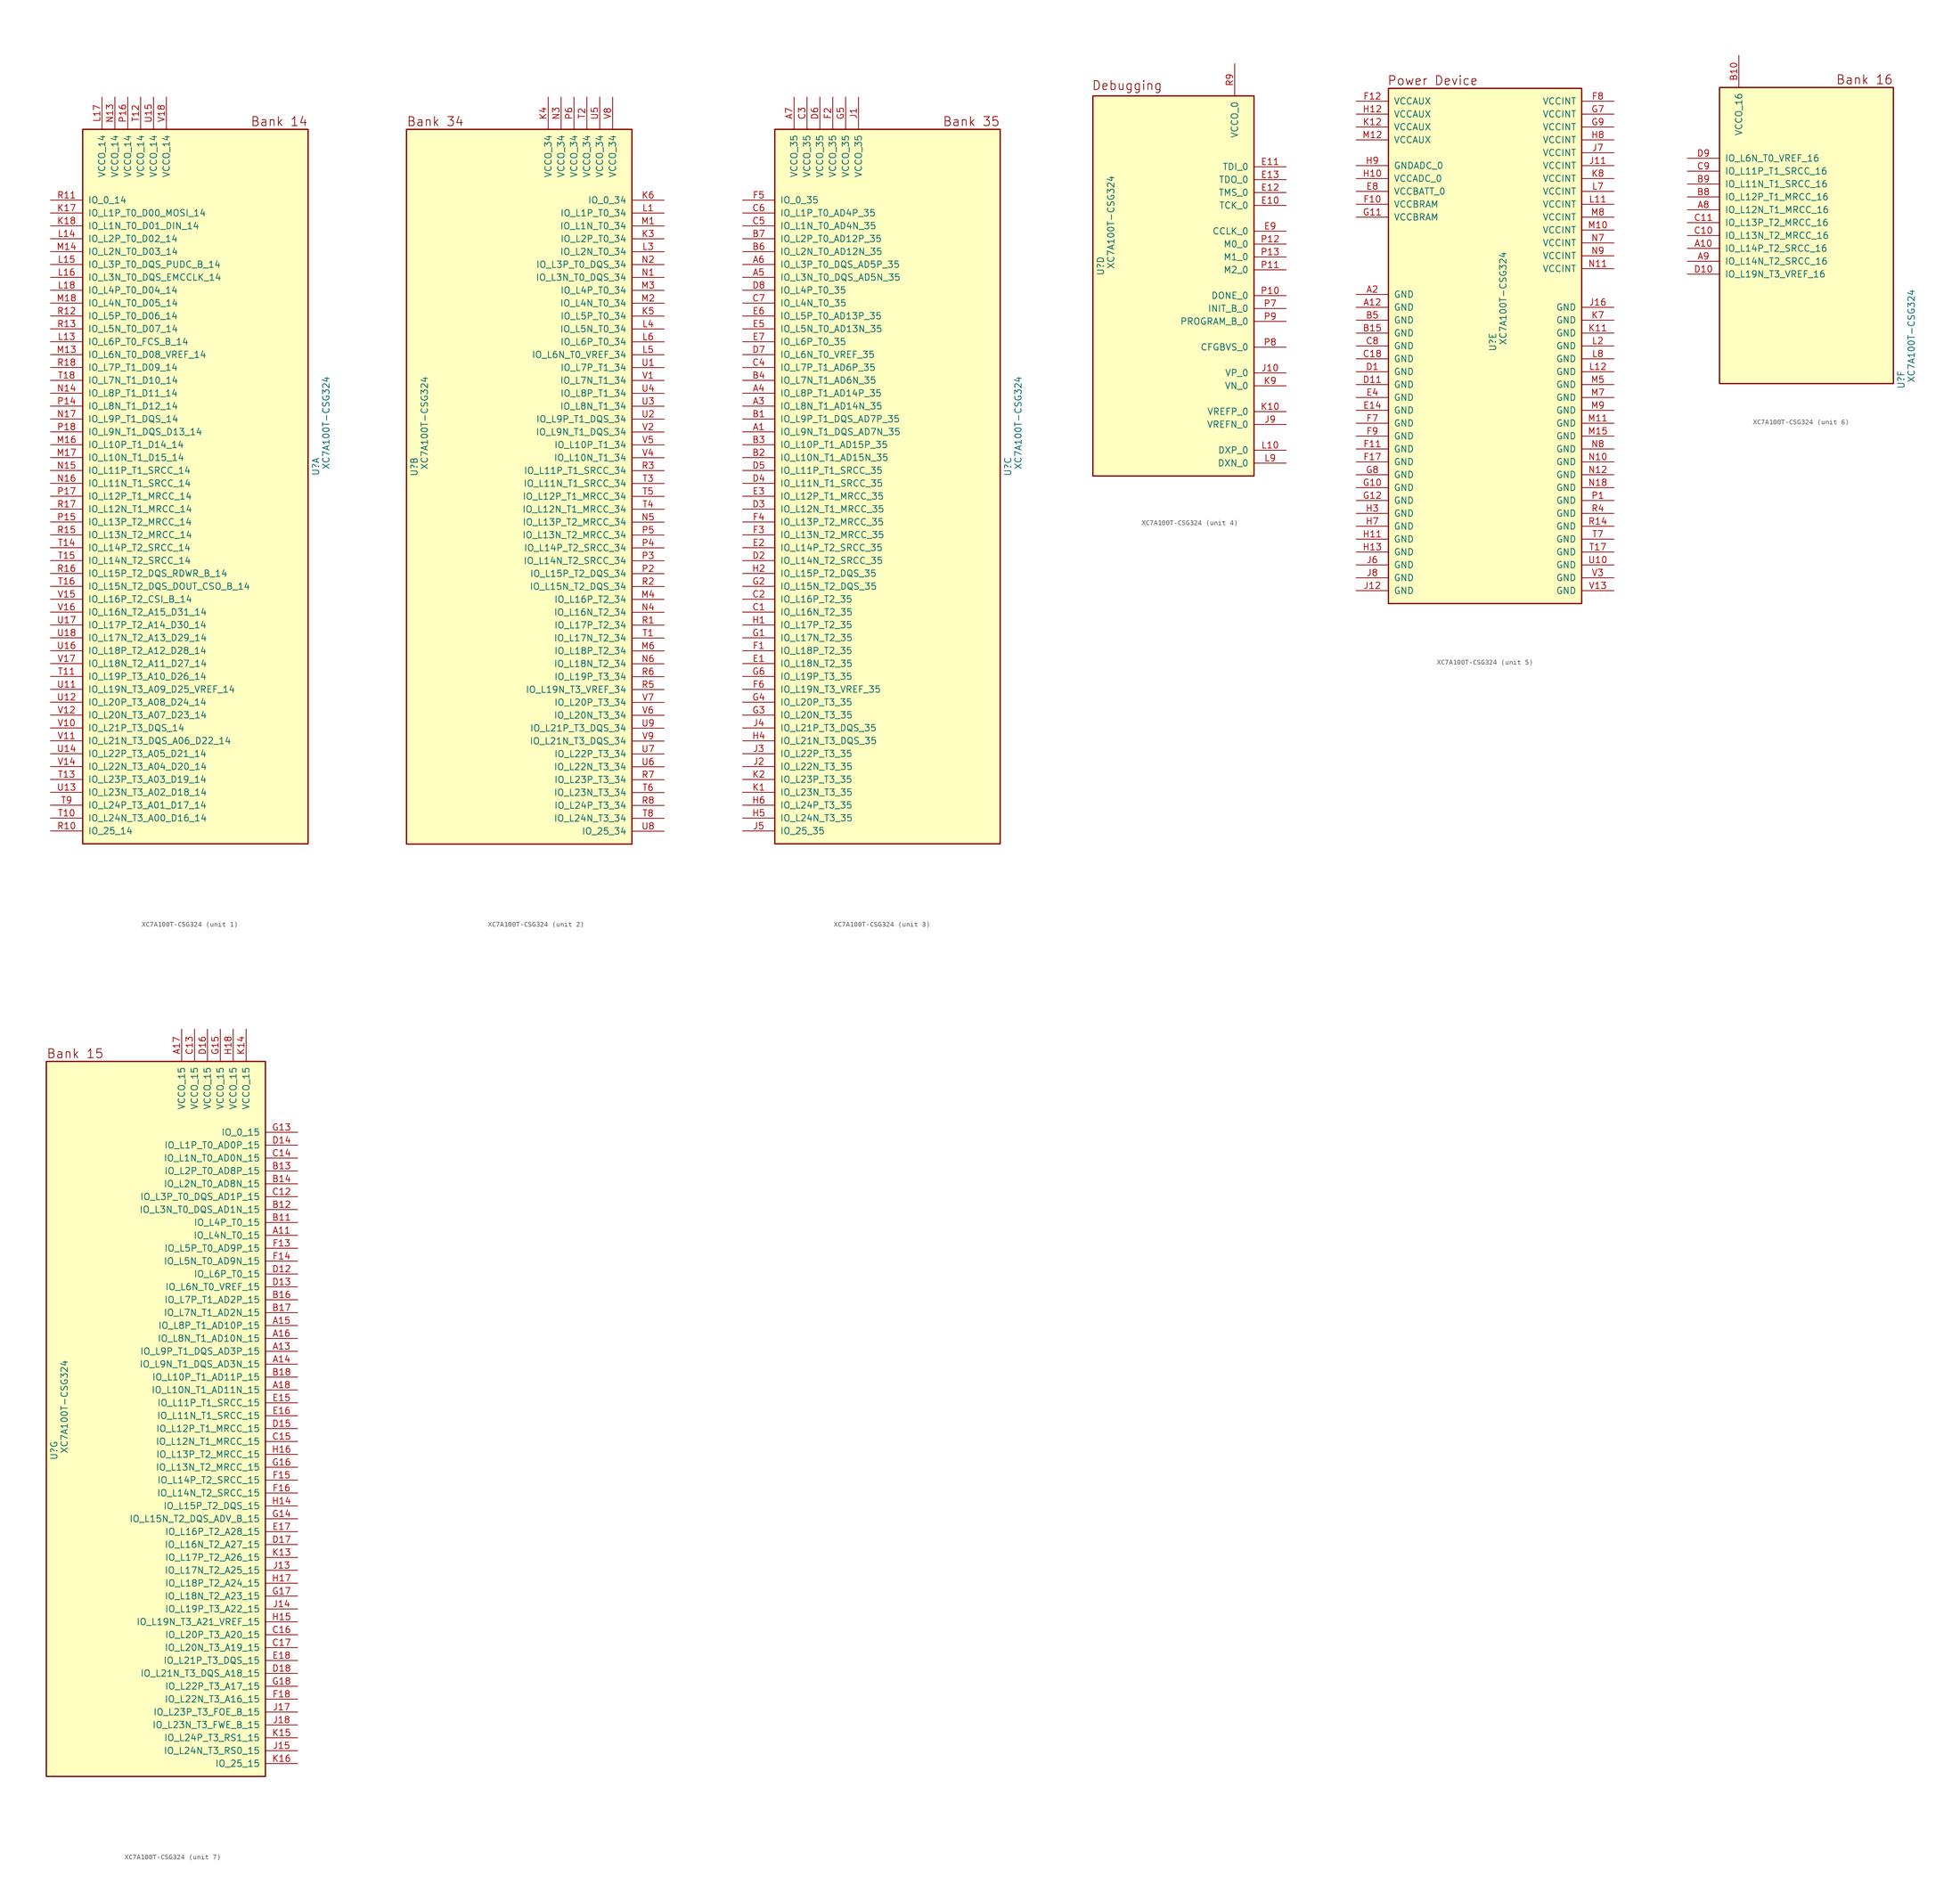
<source format=kicad_sym>
(kicad_symbol_lib
  (version 20241209)
  (generator "kicad_symbol_editor")
  (generator_version "9.0")
  (symbol "XC7A100T-CSG324"
    (pin_names
      (offset 1.016))
    (property "Reference" "U"
      (at 1.524 0.762 90)
      (effects (font (size 1.27 1.27))))
    (property "Value" "XC7A100T-CSG324"
      (at 3.556 9.398 90)
      (effects (font (size 1.27 1.27))))
    (symbol "XC7A100T-CSG324_1_1"
      (rectangle (start -44.45 67.31) (end 0 -73.66) (stroke (width 0.254) (type default)) (fill (type background)))
      (text "Bank 14" (at 0 67.818 0) (effects (font (size 1.778 1.778)) (justify right bottom)))
      (pin bidirectional line (at -50.8 53.34 0) (length 6.35) (name "IO_0_14" (effects (font (size 1.27 1.27)))) (number "R11" (effects (font (size 1.27 1.27)))))
      (pin bidirectional line (at -50.8 50.8 0) (length 6.35) (name "IO_L1P_T0_D00_MOSI_14" (effects (font (size 1.27 1.27)))) (number "K17" (effects (font (size 1.27 1.27)))))
      (pin bidirectional line (at -50.8 48.26 0) (length 6.35) (name "IO_L1N_T0_D01_DIN_14" (effects (font (size 1.27 1.27)))) (number "K18" (effects (font (size 1.27 1.27)))))
      (pin bidirectional line (at -50.8 45.72 0) (length 6.35) (name "IO_L2P_T0_D02_14" (effects (font (size 1.27 1.27)))) (number "L14" (effects (font (size 1.27 1.27)))))
      (pin bidirectional line (at -50.8 43.18 0) (length 6.35) (name "IO_L2N_T0_D03_14" (effects (font (size 1.27 1.27)))) (number "M14" (effects (font (size 1.27 1.27)))))
      (pin bidirectional line (at -50.8 40.64 0) (length 6.35) (name "IO_L3P_T0_DQS_PUDC_B_14" (effects (font (size 1.27 1.27)))) (number "L15" (effects (font (size 1.27 1.27)))))
      (pin bidirectional line (at -50.8 38.1 0) (length 6.35) (name "IO_L3N_T0_DQS_EMCCLK_14" (effects (font (size 1.27 1.27)))) (number "L16" (effects (font (size 1.27 1.27)))))
      (pin bidirectional line (at -50.8 35.56 0) (length 6.35) (name "IO_L4P_T0_D04_14" (effects (font (size 1.27 1.27)))) (number "L18" (effects (font (size 1.27 1.27)))))
      (pin bidirectional line (at -50.8 33.02 0) (length 6.35) (name "IO_L4N_T0_D05_14" (effects (font (size 1.27 1.27)))) (number "M18" (effects (font (size 1.27 1.27)))))
      (pin bidirectional line (at -50.8 30.48 0) (length 6.35) (name "IO_L5P_T0_D06_14" (effects (font (size 1.27 1.27)))) (number "R12" (effects (font (size 1.27 1.27)))))
      (pin bidirectional line (at -50.8 27.94 0) (length 6.35) (name "IO_L5N_T0_D07_14" (effects (font (size 1.27 1.27)))) (number "R13" (effects (font (size 1.27 1.27)))))
      (pin bidirectional line (at -50.8 25.4 0) (length 6.35) (name "IO_L6P_T0_FCS_B_14" (effects (font (size 1.27 1.27)))) (number "L13" (effects (font (size 1.27 1.27)))))
      (pin bidirectional line (at -50.8 22.86 0) (length 6.35) (name "IO_L6N_T0_D08_VREF_14" (effects (font (size 1.27 1.27)))) (number "M13" (effects (font (size 1.27 1.27)))))
      (pin bidirectional line (at -50.8 20.32 0) (length 6.35) (name "IO_L7P_T1_D09_14" (effects (font (size 1.27 1.27)))) (number "R18" (effects (font (size 1.27 1.27)))))
      (pin bidirectional line (at -50.8 17.78 0) (length 6.35) (name "IO_L7N_T1_D10_14" (effects (font (size 1.27 1.27)))) (number "T18" (effects (font (size 1.27 1.27)))))
      (pin bidirectional line (at -50.8 15.24 0) (length 6.35) (name "IO_L8P_T1_D11_14" (effects (font (size 1.27 1.27)))) (number "N14" (effects (font (size 1.27 1.27)))))
      (pin bidirectional line (at -50.8 12.7 0) (length 6.35) (name "IO_L8N_T1_D12_14" (effects (font (size 1.27 1.27)))) (number "P14" (effects (font (size 1.27 1.27)))))
      (pin bidirectional line (at -50.8 10.16 0) (length 6.35) (name "IO_L9P_T1_DQS_14" (effects (font (size 1.27 1.27)))) (number "N17" (effects (font (size 1.27 1.27)))))
      (pin bidirectional line (at -50.8 7.62 0) (length 6.35) (name "IO_L9N_T1_DQS_D13_14" (effects (font (size 1.27 1.27)))) (number "P18" (effects (font (size 1.27 1.27)))))
      (pin bidirectional line (at -50.8 5.08 0) (length 6.35) (name "IO_L10P_T1_D14_14" (effects (font (size 1.27 1.27)))) (number "M16" (effects (font (size 1.27 1.27)))))
      (pin bidirectional line (at -50.8 2.54 0) (length 6.35) (name "IO_L10N_T1_D15_14" (effects (font (size 1.27 1.27)))) (number "M17" (effects (font (size 1.27 1.27)))))
      (pin bidirectional line (at -50.8 0 0) (length 6.35) (name "IO_L11P_T1_SRCC_14" (effects (font (size 1.27 1.27)))) (number "N15" (effects (font (size 1.27 1.27)))))
      (pin bidirectional line (at -50.8 -2.54 0) (length 6.35) (name "IO_L11N_T1_SRCC_14" (effects (font (size 1.27 1.27)))) (number "N16" (effects (font (size 1.27 1.27)))))
      (pin bidirectional line (at -50.8 -5.08 0) (length 6.35) (name "IO_L12P_T1_MRCC_14" (effects (font (size 1.27 1.27)))) (number "P17" (effects (font (size 1.27 1.27)))))
      (pin bidirectional line (at -50.8 -7.62 0) (length 6.35) (name "IO_L12N_T1_MRCC_14" (effects (font (size 1.27 1.27)))) (number "R17" (effects (font (size 1.27 1.27)))))
      (pin bidirectional line (at -50.8 -10.16 0) (length 6.35) (name "IO_L13P_T2_MRCC_14" (effects (font (size 1.27 1.27)))) (number "P15" (effects (font (size 1.27 1.27)))))
      (pin bidirectional line (at -50.8 -12.7 0) (length 6.35) (name "IO_L13N_T2_MRCC_14" (effects (font (size 1.27 1.27)))) (number "R15" (effects (font (size 1.27 1.27)))))
      (pin bidirectional line (at -50.8 -15.24 0) (length 6.35) (name "IO_L14P_T2_SRCC_14" (effects (font (size 1.27 1.27)))) (number "T14" (effects (font (size 1.27 1.27)))))
      (pin bidirectional line (at -50.8 -17.78 0) (length 6.35) (name "IO_L14N_T2_SRCC_14" (effects (font (size 1.27 1.27)))) (number "T15" (effects (font (size 1.27 1.27)))))
      (pin bidirectional line (at -50.8 -20.32 0) (length 6.35) (name "IO_L15P_T2_DQS_RDWR_B_14" (effects (font (size 1.27 1.27)))) (number "R16" (effects (font (size 1.27 1.27)))))
      (pin bidirectional line (at -50.8 -22.86 0) (length 6.35) (name "IO_L15N_T2_DQS_DOUT_CSO_B_14" (effects (font (size 1.27 1.27)))) (number "T16" (effects (font (size 1.27 1.27)))))
      (pin bidirectional line (at -50.8 -25.4 0) (length 6.35) (name "IO_L16P_T2_CSI_B_14" (effects (font (size 1.27 1.27)))) (number "V15" (effects (font (size 1.27 1.27)))))
      (pin bidirectional line (at -50.8 -27.94 0) (length 6.35) (name "IO_L16N_T2_A15_D31_14" (effects (font (size 1.27 1.27)))) (number "V16" (effects (font (size 1.27 1.27)))))
      (pin bidirectional line (at -50.8 -30.48 0) (length 6.35) (name "IO_L17P_T2_A14_D30_14" (effects (font (size 1.27 1.27)))) (number "U17" (effects (font (size 1.27 1.27)))))
      (pin bidirectional line (at -50.8 -33.02 0) (length 6.35) (name "IO_L17N_T2_A13_D29_14" (effects (font (size 1.27 1.27)))) (number "U18" (effects (font (size 1.27 1.27)))))
      (pin bidirectional line (at -50.8 -35.56 0) (length 6.35) (name "IO_L18P_T2_A12_D28_14" (effects (font (size 1.27 1.27)))) (number "U16" (effects (font (size 1.27 1.27)))))
      (pin bidirectional line (at -50.8 -38.1 0) (length 6.35) (name "IO_L18N_T2_A11_D27_14" (effects (font (size 1.27 1.27)))) (number "V17" (effects (font (size 1.27 1.27)))))
      (pin bidirectional line (at -50.8 -40.64 0) (length 6.35) (name "IO_L19P_T3_A10_D26_14" (effects (font (size 1.27 1.27)))) (number "T11" (effects (font (size 1.27 1.27)))))
      (pin bidirectional line (at -50.8 -43.18 0) (length 6.35) (name "IO_L19N_T3_A09_D25_VREF_14" (effects (font (size 1.27 1.27)))) (number "U11" (effects (font (size 1.27 1.27)))))
      (pin bidirectional line (at -50.8 -45.72 0) (length 6.35) (name "IO_L20P_T3_A08_D24_14" (effects (font (size 1.27 1.27)))) (number "U12" (effects (font (size 1.27 1.27)))))
      (pin bidirectional line (at -50.8 -48.26 0) (length 6.35) (name "IO_L20N_T3_A07_D23_14" (effects (font (size 1.27 1.27)))) (number "V12" (effects (font (size 1.27 1.27)))))
      (pin bidirectional line (at -50.8 -50.8 0) (length 6.35) (name "IO_L21P_T3_DQS_14" (effects (font (size 1.27 1.27)))) (number "V10" (effects (font (size 1.27 1.27)))))
      (pin bidirectional line (at -50.8 -53.34 0) (length 6.35) (name "IO_L21N_T3_DQS_A06_D22_14" (effects (font (size 1.27 1.27)))) (number "V11" (effects (font (size 1.27 1.27)))))
      (pin bidirectional line (at -50.8 -55.88 0) (length 6.35) (name "IO_L22P_T3_A05_D21_14" (effects (font (size 1.27 1.27)))) (number "U14" (effects (font (size 1.27 1.27)))))
      (pin bidirectional line (at -50.8 -58.42 0) (length 6.35) (name "IO_L22N_T3_A04_D20_14" (effects (font (size 1.27 1.27)))) (number "V14" (effects (font (size 1.27 1.27)))))
      (pin bidirectional line (at -50.8 -60.96 0) (length 6.35) (name "IO_L23P_T3_A03_D19_14" (effects (font (size 1.27 1.27)))) (number "T13" (effects (font (size 1.27 1.27)))))
      (pin bidirectional line (at -50.8 -63.5 0) (length 6.35) (name "IO_L23N_T3_A02_D18_14" (effects (font (size 1.27 1.27)))) (number "U13" (effects (font (size 1.27 1.27)))))
      (pin bidirectional line (at -50.8 -66.04 0) (length 6.35) (name "IO_L24P_T3_A01_D17_14" (effects (font (size 1.27 1.27)))) (number "T9" (effects (font (size 1.27 1.27)))))
      (pin bidirectional line (at -50.8 -68.58 0) (length 6.35) (name "IO_L24N_T3_A00_D16_14" (effects (font (size 1.27 1.27)))) (number "T10" (effects (font (size 1.27 1.27)))))
      (pin bidirectional line (at -50.8 -71.12 0) (length 6.35) (name "IO_25_14" (effects (font (size 1.27 1.27)))) (number "R10" (effects (font (size 1.27 1.27)))))
      (pin power_in line (at -40.64 73.66 270) (length 6.35) (name "VCCO_14" (effects (font (size 1.27 1.27)))) (number "L17" (effects (font (size 1.27 1.27)))))
      (pin power_in line (at -38.1 73.66 270) (length 6.35) (name "VCCO_14" (effects (font (size 1.27 1.27)))) (number "N13" (effects (font (size 1.27 1.27)))))
      (pin power_in line (at -35.56 73.66 270) (length 6.35) (name "VCCO_14" (effects (font (size 1.27 1.27)))) (number "P16" (effects (font (size 1.27 1.27)))))
      (pin power_in line (at -33.02 73.66 270) (length 6.35) (name "VCCO_14" (effects (font (size 1.27 1.27)))) (number "T12" (effects (font (size 1.27 1.27)))))
      (pin power_in line (at -30.48 73.66 270) (length 6.35) (name "VCCO_14" (effects (font (size 1.27 1.27)))) (number "U15" (effects (font (size 1.27 1.27)))))
      (pin power_in line (at -27.94 73.66 270) (length 6.35) (name "VCCO_14" (effects (font (size 1.27 1.27)))) (number "V18" (effects (font (size 1.27 1.27))))))
    (symbol "XC7A100T-CSG324_2_1"
      (rectangle (start 0 67.31) (end 44.45 -73.66) (stroke (width 0.254) (type default)) (fill (type background)))
      (text "Bank 34" (at 0 67.818 0) (effects (font (size 1.778 1.778)) (justify left bottom)))
      (pin power_in line (at 27.94 73.66 270) (length 6.35) (name "VCCO_34" (effects (font (size 1.27 1.27)))) (number "K4" (effects (font (size 1.27 1.27)))))
      (pin power_in line (at 30.48 73.66 270) (length 6.35) (name "VCCO_34" (effects (font (size 1.27 1.27)))) (number "N3" (effects (font (size 1.27 1.27)))))
      (pin power_in line (at 33.02 73.66 270) (length 6.35) (name "VCCO_34" (effects (font (size 1.27 1.27)))) (number "P6" (effects (font (size 1.27 1.27)))))
      (pin power_in line (at 35.56 73.66 270) (length 6.35) (name "VCCO_34" (effects (font (size 1.27 1.27)))) (number "T2" (effects (font (size 1.27 1.27)))))
      (pin power_in line (at 38.1 73.66 270) (length 6.35) (name "VCCO_34" (effects (font (size 1.27 1.27)))) (number "U5" (effects (font (size 1.27 1.27)))))
      (pin power_in line (at 40.64 73.66 270) (length 6.35) (name "VCCO_34" (effects (font (size 1.27 1.27)))) (number "V8" (effects (font (size 1.27 1.27)))))
      (pin bidirectional line (at 50.8 53.34 180) (length 6.35) (name "IO_0_34" (effects (font (size 1.27 1.27)))) (number "K6" (effects (font (size 1.27 1.27)))))
      (pin bidirectional line (at 50.8 50.8 180) (length 6.35) (name "IO_L1P_T0_34" (effects (font (size 1.27 1.27)))) (number "L1" (effects (font (size 1.27 1.27)))))
      (pin bidirectional line (at 50.8 48.26 180) (length 6.35) (name "IO_L1N_T0_34" (effects (font (size 1.27 1.27)))) (number "M1" (effects (font (size 1.27 1.27)))))
      (pin bidirectional line (at 50.8 45.72 180) (length 6.35) (name "IO_L2P_T0_34" (effects (font (size 1.27 1.27)))) (number "K3" (effects (font (size 1.27 1.27)))))
      (pin bidirectional line (at 50.8 43.18 180) (length 6.35) (name "IO_L2N_T0_34" (effects (font (size 1.27 1.27)))) (number "L3" (effects (font (size 1.27 1.27)))))
      (pin bidirectional line (at 50.8 40.64 180) (length 6.35) (name "IO_L3P_T0_DQS_34" (effects (font (size 1.27 1.27)))) (number "N2" (effects (font (size 1.27 1.27)))))
      (pin bidirectional line (at 50.8 38.1 180) (length 6.35) (name "IO_L3N_T0_DQS_34" (effects (font (size 1.27 1.27)))) (number "N1" (effects (font (size 1.27 1.27)))))
      (pin bidirectional line (at 50.8 35.56 180) (length 6.35) (name "IO_L4P_T0_34" (effects (font (size 1.27 1.27)))) (number "M3" (effects (font (size 1.27 1.27)))))
      (pin bidirectional line (at 50.8 33.02 180) (length 6.35) (name "IO_L4N_T0_34" (effects (font (size 1.27 1.27)))) (number "M2" (effects (font (size 1.27 1.27)))))
      (pin bidirectional line (at 50.8 30.48 180) (length 6.35) (name "IO_L5P_T0_34" (effects (font (size 1.27 1.27)))) (number "K5" (effects (font (size 1.27 1.27)))))
      (pin bidirectional line (at 50.8 27.94 180) (length 6.35) (name "IO_L5N_T0_34" (effects (font (size 1.27 1.27)))) (number "L4" (effects (font (size 1.27 1.27)))))
      (pin bidirectional line (at 50.8 25.4 180) (length 6.35) (name "IO_L6P_T0_34" (effects (font (size 1.27 1.27)))) (number "L6" (effects (font (size 1.27 1.27)))))
      (pin bidirectional line (at 50.8 22.86 180) (length 6.35) (name "IO_L6N_T0_VREF_34" (effects (font (size 1.27 1.27)))) (number "L5" (effects (font (size 1.27 1.27)))))
      (pin bidirectional line (at 50.8 20.32 180) (length 6.35) (name "IO_L7P_T1_34" (effects (font (size 1.27 1.27)))) (number "U1" (effects (font (size 1.27 1.27)))))
      (pin bidirectional line (at 50.8 17.78 180) (length 6.35) (name "IO_L7N_T1_34" (effects (font (size 1.27 1.27)))) (number "V1" (effects (font (size 1.27 1.27)))))
      (pin bidirectional line (at 50.8 15.24 180) (length 6.35) (name "IO_L8P_T1_34" (effects (font (size 1.27 1.27)))) (number "U4" (effects (font (size 1.27 1.27)))))
      (pin bidirectional line (at 50.8 12.7 180) (length 6.35) (name "IO_L8N_T1_34" (effects (font (size 1.27 1.27)))) (number "U3" (effects (font (size 1.27 1.27)))))
      (pin bidirectional line (at 50.8 10.16 180) (length 6.35) (name "IO_L9P_T1_DQS_34" (effects (font (size 1.27 1.27)))) (number "U2" (effects (font (size 1.27 1.27)))))
      (pin bidirectional line (at 50.8 7.62 180) (length 6.35) (name "IO_L9N_T1_DQS_34" (effects (font (size 1.27 1.27)))) (number "V2" (effects (font (size 1.27 1.27)))))
      (pin bidirectional line (at 50.8 5.08 180) (length 6.35) (name "IO_L10P_T1_34" (effects (font (size 1.27 1.27)))) (number "V5" (effects (font (size 1.27 1.27)))))
      (pin bidirectional line (at 50.8 2.54 180) (length 6.35) (name "IO_L10N_T1_34" (effects (font (size 1.27 1.27)))) (number "V4" (effects (font (size 1.27 1.27)))))
      (pin bidirectional line (at 50.8 0 180) (length 6.35) (name "IO_L11P_T1_SRCC_34" (effects (font (size 1.27 1.27)))) (number "R3" (effects (font (size 1.27 1.27)))))
      (pin bidirectional line (at 50.8 -2.54 180) (length 6.35) (name "IO_L11N_T1_SRCC_34" (effects (font (size 1.27 1.27)))) (number "T3" (effects (font (size 1.27 1.27)))))
      (pin bidirectional line (at 50.8 -5.08 180) (length 6.35) (name "IO_L12P_T1_MRCC_34" (effects (font (size 1.27 1.27)))) (number "T5" (effects (font (size 1.27 1.27)))))
      (pin bidirectional line (at 50.8 -7.62 180) (length 6.35) (name "IO_L12N_T1_MRCC_34" (effects (font (size 1.27 1.27)))) (number "T4" (effects (font (size 1.27 1.27)))))
      (pin bidirectional line (at 50.8 -10.16 180) (length 6.35) (name "IO_L13P_T2_MRCC_34" (effects (font (size 1.27 1.27)))) (number "N5" (effects (font (size 1.27 1.27)))))
      (pin bidirectional line (at 50.8 -12.7 180) (length 6.35) (name "IO_L13N_T2_MRCC_34" (effects (font (size 1.27 1.27)))) (number "P5" (effects (font (size 1.27 1.27)))))
      (pin bidirectional line (at 50.8 -15.24 180) (length 6.35) (name "IO_L14P_T2_SRCC_34" (effects (font (size 1.27 1.27)))) (number "P4" (effects (font (size 1.27 1.27)))))
      (pin bidirectional line (at 50.8 -17.78 180) (length 6.35) (name "IO_L14N_T2_SRCC_34" (effects (font (size 1.27 1.27)))) (number "P3" (effects (font (size 1.27 1.27)))))
      (pin bidirectional line (at 50.8 -20.32 180) (length 6.35) (name "IO_L15P_T2_DQS_34" (effects (font (size 1.27 1.27)))) (number "P2" (effects (font (size 1.27 1.27)))))
      (pin bidirectional line (at 50.8 -22.86 180) (length 6.35) (name "IO_L15N_T2_DQS_34" (effects (font (size 1.27 1.27)))) (number "R2" (effects (font (size 1.27 1.27)))))
      (pin bidirectional line (at 50.8 -25.4 180) (length 6.35) (name "IO_L16P_T2_34" (effects (font (size 1.27 1.27)))) (number "M4" (effects (font (size 1.27 1.27)))))
      (pin bidirectional line (at 50.8 -27.94 180) (length 6.35) (name "IO_L16N_T2_34" (effects (font (size 1.27 1.27)))) (number "N4" (effects (font (size 1.27 1.27)))))
      (pin bidirectional line (at 50.8 -30.48 180) (length 6.35) (name "IO_L17P_T2_34" (effects (font (size 1.27 1.27)))) (number "R1" (effects (font (size 1.27 1.27)))))
      (pin bidirectional line (at 50.8 -33.02 180) (length 6.35) (name "IO_L17N_T2_34" (effects (font (size 1.27 1.27)))) (number "T1" (effects (font (size 1.27 1.27)))))
      (pin bidirectional line (at 50.8 -35.56 180) (length 6.35) (name "IO_L18P_T2_34" (effects (font (size 1.27 1.27)))) (number "M6" (effects (font (size 1.27 1.27)))))
      (pin bidirectional line (at 50.8 -38.1 180) (length 6.35) (name "IO_L18N_T2_34" (effects (font (size 1.27 1.27)))) (number "N6" (effects (font (size 1.27 1.27)))))
      (pin bidirectional line (at 50.8 -40.64 180) (length 6.35) (name "IO_L19P_T3_34" (effects (font (size 1.27 1.27)))) (number "R6" (effects (font (size 1.27 1.27)))))
      (pin bidirectional line (at 50.8 -43.18 180) (length 6.35) (name "IO_L19N_T3_VREF_34" (effects (font (size 1.27 1.27)))) (number "R5" (effects (font (size 1.27 1.27)))))
      (pin bidirectional line (at 50.8 -45.72 180) (length 6.35) (name "IO_L20P_T3_34" (effects (font (size 1.27 1.27)))) (number "V7" (effects (font (size 1.27 1.27)))))
      (pin bidirectional line (at 50.8 -48.26 180) (length 6.35) (name "IO_L20N_T3_34" (effects (font (size 1.27 1.27)))) (number "V6" (effects (font (size 1.27 1.27)))))
      (pin bidirectional line (at 50.8 -50.8 180) (length 6.35) (name "IO_L21P_T3_DQS_34" (effects (font (size 1.27 1.27)))) (number "U9" (effects (font (size 1.27 1.27)))))
      (pin bidirectional line (at 50.8 -53.34 180) (length 6.35) (name "IO_L21N_T3_DQS_34" (effects (font (size 1.27 1.27)))) (number "V9" (effects (font (size 1.27 1.27)))))
      (pin bidirectional line (at 50.8 -55.88 180) (length 6.35) (name "IO_L22P_T3_34" (effects (font (size 1.27 1.27)))) (number "U7" (effects (font (size 1.27 1.27)))))
      (pin bidirectional line (at 50.8 -58.42 180) (length 6.35) (name "IO_L22N_T3_34" (effects (font (size 1.27 1.27)))) (number "U6" (effects (font (size 1.27 1.27)))))
      (pin bidirectional line (at 50.8 -60.96 180) (length 6.35) (name "IO_L23P_T3_34" (effects (font (size 1.27 1.27)))) (number "R7" (effects (font (size 1.27 1.27)))))
      (pin bidirectional line (at 50.8 -63.5 180) (length 6.35) (name "IO_L23N_T3_34" (effects (font (size 1.27 1.27)))) (number "T6" (effects (font (size 1.27 1.27)))))
      (pin bidirectional line (at 50.8 -66.04 180) (length 6.35) (name "IO_L24P_T3_34" (effects (font (size 1.27 1.27)))) (number "R8" (effects (font (size 1.27 1.27)))))
      (pin bidirectional line (at 50.8 -68.58 180) (length 6.35) (name "IO_L24N_T3_34" (effects (font (size 1.27 1.27)))) (number "T8" (effects (font (size 1.27 1.27)))))
      (pin bidirectional line (at 50.8 -71.12 180) (length 6.35) (name "IO_25_34" (effects (font (size 1.27 1.27)))) (number "U8" (effects (font (size 1.27 1.27))))))
    (symbol "XC7A100T-CSG324_3_1"
      (rectangle (start -44.45 67.31) (end 0 -73.66) (stroke (width 0.254) (type default)) (fill (type background)))
      (text "Bank 35" (at 0 67.818 0) (effects (font (size 1.778 1.778)) (justify right bottom)))
      (pin bidirectional line (at -50.8 53.34 0) (length 6.35) (name "IO_0_35" (effects (font (size 1.27 1.27)))) (number "F5" (effects (font (size 1.27 1.27)))))
      (pin bidirectional line (at -50.8 50.8 0) (length 6.35) (name "IO_L1P_T0_AD4P_35" (effects (font (size 1.27 1.27)))) (number "C6" (effects (font (size 1.27 1.27)))))
      (pin bidirectional line (at -50.8 48.26 0) (length 6.35) (name "IO_L1N_T0_AD4N_35" (effects (font (size 1.27 1.27)))) (number "C5" (effects (font (size 1.27 1.27)))))
      (pin bidirectional line (at -50.8 45.72 0) (length 6.35) (name "IO_L2P_T0_AD12P_35" (effects (font (size 1.27 1.27)))) (number "B7" (effects (font (size 1.27 1.27)))))
      (pin bidirectional line (at -50.8 43.18 0) (length 6.35) (name "IO_L2N_T0_AD12N_35" (effects (font (size 1.27 1.27)))) (number "B6" (effects (font (size 1.27 1.27)))))
      (pin bidirectional line (at -50.8 40.64 0) (length 6.35) (name "IO_L3P_T0_DQS_AD5P_35" (effects (font (size 1.27 1.27)))) (number "A6" (effects (font (size 1.27 1.27)))))
      (pin bidirectional line (at -50.8 38.1 0) (length 6.35) (name "IO_L3N_T0_DQS_AD5N_35" (effects (font (size 1.27 1.27)))) (number "A5" (effects (font (size 1.27 1.27)))))
      (pin bidirectional line (at -50.8 35.56 0) (length 6.35) (name "IO_L4P_T0_35" (effects (font (size 1.27 1.27)))) (number "D8" (effects (font (size 1.27 1.27)))))
      (pin bidirectional line (at -50.8 33.02 0) (length 6.35) (name "IO_L4N_T0_35" (effects (font (size 1.27 1.27)))) (number "C7" (effects (font (size 1.27 1.27)))))
      (pin bidirectional line (at -50.8 30.48 0) (length 6.35) (name "IO_L5P_T0_AD13P_35" (effects (font (size 1.27 1.27)))) (number "E6" (effects (font (size 1.27 1.27)))))
      (pin bidirectional line (at -50.8 27.94 0) (length 6.35) (name "IO_L5N_T0_AD13N_35" (effects (font (size 1.27 1.27)))) (number "E5" (effects (font (size 1.27 1.27)))))
      (pin bidirectional line (at -50.8 25.4 0) (length 6.35) (name "IO_L6P_T0_35" (effects (font (size 1.27 1.27)))) (number "E7" (effects (font (size 1.27 1.27)))))
      (pin bidirectional line (at -50.8 22.86 0) (length 6.35) (name "IO_L6N_T0_VREF_35" (effects (font (size 1.27 1.27)))) (number "D7" (effects (font (size 1.27 1.27)))))
      (pin bidirectional line (at -50.8 20.32 0) (length 6.35) (name "IO_L7P_T1_AD6P_35" (effects (font (size 1.27 1.27)))) (number "C4" (effects (font (size 1.27 1.27)))))
      (pin bidirectional line (at -50.8 17.78 0) (length 6.35) (name "IO_L7N_T1_AD6N_35" (effects (font (size 1.27 1.27)))) (number "B4" (effects (font (size 1.27 1.27)))))
      (pin bidirectional line (at -50.8 15.24 0) (length 6.35) (name "IO_L8P_T1_AD14P_35" (effects (font (size 1.27 1.27)))) (number "A4" (effects (font (size 1.27 1.27)))))
      (pin bidirectional line (at -50.8 12.7 0) (length 6.35) (name "IO_L8N_T1_AD14N_35" (effects (font (size 1.27 1.27)))) (number "A3" (effects (font (size 1.27 1.27)))))
      (pin bidirectional line (at -50.8 10.16 0) (length 6.35) (name "IO_L9P_T1_DQS_AD7P_35" (effects (font (size 1.27 1.27)))) (number "B1" (effects (font (size 1.27 1.27)))))
      (pin bidirectional line (at -50.8 7.62 0) (length 6.35) (name "IO_L9N_T1_DQS_AD7N_35" (effects (font (size 1.27 1.27)))) (number "A1" (effects (font (size 1.27 1.27)))))
      (pin bidirectional line (at -50.8 5.08 0) (length 6.35) (name "IO_L10P_T1_AD15P_35" (effects (font (size 1.27 1.27)))) (number "B3" (effects (font (size 1.27 1.27)))))
      (pin bidirectional line (at -50.8 2.54 0) (length 6.35) (name "IO_L10N_T1_AD15N_35" (effects (font (size 1.27 1.27)))) (number "B2" (effects (font (size 1.27 1.27)))))
      (pin bidirectional line (at -50.8 0 0) (length 6.35) (name "IO_L11P_T1_SRCC_35" (effects (font (size 1.27 1.27)))) (number "D5" (effects (font (size 1.27 1.27)))))
      (pin bidirectional line (at -50.8 -2.54 0) (length 6.35) (name "IO_L11N_T1_SRCC_35" (effects (font (size 1.27 1.27)))) (number "D4" (effects (font (size 1.27 1.27)))))
      (pin bidirectional line (at -50.8 -5.08 0) (length 6.35) (name "IO_L12P_T1_MRCC_35" (effects (font (size 1.27 1.27)))) (number "E3" (effects (font (size 1.27 1.27)))))
      (pin bidirectional line (at -50.8 -7.62 0) (length 6.35) (name "IO_L12N_T1_MRCC_35" (effects (font (size 1.27 1.27)))) (number "D3" (effects (font (size 1.27 1.27)))))
      (pin bidirectional line (at -50.8 -10.16 0) (length 6.35) (name "IO_L13P_T2_MRCC_35" (effects (font (size 1.27 1.27)))) (number "F4" (effects (font (size 1.27 1.27)))))
      (pin bidirectional line (at -50.8 -12.7 0) (length 6.35) (name "IO_L13N_T2_MRCC_35" (effects (font (size 1.27 1.27)))) (number "F3" (effects (font (size 1.27 1.27)))))
      (pin bidirectional line (at -50.8 -15.24 0) (length 6.35) (name "IO_L14P_T2_SRCC_35" (effects (font (size 1.27 1.27)))) (number "E2" (effects (font (size 1.27 1.27)))))
      (pin bidirectional line (at -50.8 -17.78 0) (length 6.35) (name "IO_L14N_T2_SRCC_35" (effects (font (size 1.27 1.27)))) (number "D2" (effects (font (size 1.27 1.27)))))
      (pin bidirectional line (at -50.8 -20.32 0) (length 6.35) (name "IO_L15P_T2_DQS_35" (effects (font (size 1.27 1.27)))) (number "H2" (effects (font (size 1.27 1.27)))))
      (pin bidirectional line (at -50.8 -22.86 0) (length 6.35) (name "IO_L15N_T2_DQS_35" (effects (font (size 1.27 1.27)))) (number "G2" (effects (font (size 1.27 1.27)))))
      (pin bidirectional line (at -50.8 -25.4 0) (length 6.35) (name "IO_L16P_T2_35" (effects (font (size 1.27 1.27)))) (number "C2" (effects (font (size 1.27 1.27)))))
      (pin bidirectional line (at -50.8 -27.94 0) (length 6.35) (name "IO_L16N_T2_35" (effects (font (size 1.27 1.27)))) (number "C1" (effects (font (size 1.27 1.27)))))
      (pin bidirectional line (at -50.8 -30.48 0) (length 6.35) (name "IO_L17P_T2_35" (effects (font (size 1.27 1.27)))) (number "H1" (effects (font (size 1.27 1.27)))))
      (pin bidirectional line (at -50.8 -33.02 0) (length 6.35) (name "IO_L17N_T2_35" (effects (font (size 1.27 1.27)))) (number "G1" (effects (font (size 1.27 1.27)))))
      (pin bidirectional line (at -50.8 -35.56 0) (length 6.35) (name "IO_L18P_T2_35" (effects (font (size 1.27 1.27)))) (number "F1" (effects (font (size 1.27 1.27)))))
      (pin bidirectional line (at -50.8 -38.1 0) (length 6.35) (name "IO_L18N_T2_35" (effects (font (size 1.27 1.27)))) (number "E1" (effects (font (size 1.27 1.27)))))
      (pin bidirectional line (at -50.8 -40.64 0) (length 6.35) (name "IO_L19P_T3_35" (effects (font (size 1.27 1.27)))) (number "G6" (effects (font (size 1.27 1.27)))))
      (pin bidirectional line (at -50.8 -43.18 0) (length 6.35) (name "IO_L19N_T3_VREF_35" (effects (font (size 1.27 1.27)))) (number "F6" (effects (font (size 1.27 1.27)))))
      (pin bidirectional line (at -50.8 -45.72 0) (length 6.35) (name "IO_L20P_T3_35" (effects (font (size 1.27 1.27)))) (number "G4" (effects (font (size 1.27 1.27)))))
      (pin bidirectional line (at -50.8 -48.26 0) (length 6.35) (name "IO_L20N_T3_35" (effects (font (size 1.27 1.27)))) (number "G3" (effects (font (size 1.27 1.27)))))
      (pin bidirectional line (at -50.8 -50.8 0) (length 6.35) (name "IO_L21P_T3_DQS_35" (effects (font (size 1.27 1.27)))) (number "J4" (effects (font (size 1.27 1.27)))))
      (pin bidirectional line (at -50.8 -53.34 0) (length 6.35) (name "IO_L21N_T3_DQS_35" (effects (font (size 1.27 1.27)))) (number "H4" (effects (font (size 1.27 1.27)))))
      (pin bidirectional line (at -50.8 -55.88 0) (length 6.35) (name "IO_L22P_T3_35" (effects (font (size 1.27 1.27)))) (number "J3" (effects (font (size 1.27 1.27)))))
      (pin bidirectional line (at -50.8 -58.42 0) (length 6.35) (name "IO_L22N_T3_35" (effects (font (size 1.27 1.27)))) (number "J2" (effects (font (size 1.27 1.27)))))
      (pin bidirectional line (at -50.8 -60.96 0) (length 6.35) (name "IO_L23P_T3_35" (effects (font (size 1.27 1.27)))) (number "K2" (effects (font (size 1.27 1.27)))))
      (pin bidirectional line (at -50.8 -63.5 0) (length 6.35) (name "IO_L23N_T3_35" (effects (font (size 1.27 1.27)))) (number "K1" (effects (font (size 1.27 1.27)))))
      (pin bidirectional line (at -50.8 -66.04 0) (length 6.35) (name "IO_L24P_T3_35" (effects (font (size 1.27 1.27)))) (number "H6" (effects (font (size 1.27 1.27)))))
      (pin bidirectional line (at -50.8 -68.58 0) (length 6.35) (name "IO_L24N_T3_35" (effects (font (size 1.27 1.27)))) (number "H5" (effects (font (size 1.27 1.27)))))
      (pin bidirectional line (at -50.8 -71.12 0) (length 6.35) (name "IO_25_35" (effects (font (size 1.27 1.27)))) (number "J5" (effects (font (size 1.27 1.27)))))
      (pin power_in line (at -40.64 73.66 270) (length 6.35) (name "VCCO_35" (effects (font (size 1.27 1.27)))) (number "A7" (effects (font (size 1.27 1.27)))))
      (pin power_in line (at -38.1 73.66 270) (length 6.35) (name "VCCO_35" (effects (font (size 1.27 1.27)))) (number "C3" (effects (font (size 1.27 1.27)))))
      (pin power_in line (at -35.56 73.66 270) (length 6.35) (name "VCCO_35" (effects (font (size 1.27 1.27)))) (number "D6" (effects (font (size 1.27 1.27)))))
      (pin power_in line (at -33.02 73.66 270) (length 6.35) (name "VCCO_35" (effects (font (size 1.27 1.27)))) (number "F2" (effects (font (size 1.27 1.27)))))
      (pin power_in line (at -30.48 73.66 270) (length 6.35) (name "VCCO_35" (effects (font (size 1.27 1.27)))) (number "G5" (effects (font (size 1.27 1.27)))))
      (pin power_in line (at -27.94 73.66 270) (length 6.35) (name "VCCO_35" (effects (font (size 1.27 1.27)))) (number "J1" (effects (font (size 1.27 1.27))))))
    (symbol "XC7A100T-CSG324_4_1"
      (rectangle (start 0 34.29) (end 31.75 -40.64) (stroke (width 0.254) (type default)) (fill (type background)))
      (text "Debugging\n" (at -0.254 35.306 0) (effects (font (size 1.778 1.778)) (justify left bottom)))
      (pin power_in line (at 27.94 40.64 270) (length 6.35) (name "VCCO_0" (effects (font (size 1.27 1.27)))) (number "R9" (effects (font (size 1.27 1.27)))))
      (pin bidirectional line (at 38.1 20.32 180) (length 6.35) (name "TDI_0" (effects (font (size 1.27 1.27)))) (number "E11" (effects (font (size 1.27 1.27)))))
      (pin bidirectional line (at 38.1 17.78 180) (length 6.35) (name "TDO_0" (effects (font (size 1.27 1.27)))) (number "E13" (effects (font (size 1.27 1.27)))))
      (pin bidirectional line (at 38.1 15.24 180) (length 6.35) (name "TMS_0" (effects (font (size 1.27 1.27)))) (number "E12" (effects (font (size 1.27 1.27)))))
      (pin bidirectional line (at 38.1 12.7 180) (length 6.35) (name "TCK_0" (effects (font (size 1.27 1.27)))) (number "E10" (effects (font (size 1.27 1.27)))))
      (pin bidirectional line (at 38.1 7.62 180) (length 6.35) (name "CCLK_0" (effects (font (size 1.27 1.27)))) (number "E9" (effects (font (size 1.27 1.27)))))
      (pin bidirectional line (at 38.1 5.08 180) (length 6.35) (name "M0_0" (effects (font (size 1.27 1.27)))) (number "P12" (effects (font (size 1.27 1.27)))))
      (pin bidirectional line (at 38.1 2.54 180) (length 6.35) (name "M1_0" (effects (font (size 1.27 1.27)))) (number "P13" (effects (font (size 1.27 1.27)))))
      (pin bidirectional line (at 38.1 0 180) (length 6.35) (name "M2_0" (effects (font (size 1.27 1.27)))) (number "P11" (effects (font (size 1.27 1.27)))))
      (pin bidirectional line (at 38.1 -5.08 180) (length 6.35) (name "DONE_0" (effects (font (size 1.27 1.27)))) (number "P10" (effects (font (size 1.27 1.27)))))
      (pin bidirectional line (at 38.1 -7.62 180) (length 6.35) (name "INIT_B_0" (effects (font (size 1.27 1.27)))) (number "P7" (effects (font (size 1.27 1.27)))))
      (pin bidirectional line (at 38.1 -10.16 180) (length 6.35) (name "PROGRAM_B_0" (effects (font (size 1.27 1.27)))) (number "P9" (effects (font (size 1.27 1.27)))))
      (pin bidirectional line (at 38.1 -15.24 180) (length 6.35) (name "CFGBVS_0" (effects (font (size 1.27 1.27)))) (number "P8" (effects (font (size 1.27 1.27)))))
      (pin bidirectional line (at 38.1 -20.32 180) (length 6.35) (name "VP_0" (effects (font (size 1.27 1.27)))) (number "J10" (effects (font (size 1.27 1.27)))))
      (pin bidirectional line (at 38.1 -22.86 180) (length 6.35) (name "VN_0" (effects (font (size 1.27 1.27)))) (number "K9" (effects (font (size 1.27 1.27)))))
      (pin bidirectional line (at 38.1 -27.94 180) (length 6.35) (name "VREFP_0" (effects (font (size 1.27 1.27)))) (number "K10" (effects (font (size 1.27 1.27)))))
      (pin bidirectional line (at 38.1 -30.48 180) (length 6.35) (name "VREFN_0" (effects (font (size 1.27 1.27)))) (number "J9" (effects (font (size 1.27 1.27)))))
      (pin bidirectional line (at 38.1 -35.56 180) (length 6.35) (name "DXP_0" (effects (font (size 1.27 1.27)))) (number "L10" (effects (font (size 1.27 1.27)))))
      (pin bidirectional line (at 38.1 -38.1 180) (length 6.35) (name "DXN_0" (effects (font (size 1.27 1.27)))) (number "L9" (effects (font (size 1.27 1.27))))))
    (symbol "XC7A100T-CSG324_5_1"
      (rectangle (start -19.05 50.8) (end 19.05 -50.8) (stroke (width 0.254) (type default)) (fill (type background)))
      (text "Power Device" (at -19.304 51.308 0) (effects (font (size 1.778 1.778)) (justify left bottom)))
      (pin power_in line (at -25.4 48.26 0) (length 6.35) (name "VCCAUX" (effects (font (size 1.27 1.27)))) (number "F12" (effects (font (size 1.27 1.27)))))
      (pin power_in line (at -25.4 45.72 0) (length 6.35) (name "VCCAUX" (effects (font (size 1.27 1.27)))) (number "H12" (effects (font (size 1.27 1.27)))))
      (pin power_in line (at -25.4 43.18 0) (length 6.35) (name "VCCAUX" (effects (font (size 1.27 1.27)))) (number "K12" (effects (font (size 1.27 1.27)))))
      (pin power_in line (at -25.4 40.64 0) (length 6.35) (name "VCCAUX" (effects (font (size 1.27 1.27)))) (number "M12" (effects (font (size 1.27 1.27)))))
      (pin power_in line (at -25.4 35.56 0) (length 6.35) (name "GNDADC_0" (effects (font (size 1.27 1.27)))) (number "H9" (effects (font (size 1.27 1.27)))))
      (pin power_in line (at -25.4 33.02 0) (length 6.35) (name "VCCADC_0" (effects (font (size 1.27 1.27)))) (number "H10" (effects (font (size 1.27 1.27)))))
      (pin power_in line (at -25.4 30.48 0) (length 6.35) (name "VCCBATT_0" (effects (font (size 1.27 1.27)))) (number "E8" (effects (font (size 1.27 1.27)))))
      (pin power_in line (at -25.4 27.94 0) (length 6.35) (name "VCCBRAM" (effects (font (size 1.27 1.27)))) (number "F10" (effects (font (size 1.27 1.27)))))
      (pin power_in line (at -25.4 25.4 0) (length 6.35) (name "VCCBRAM" (effects (font (size 1.27 1.27)))) (number "G11" (effects (font (size 1.27 1.27)))))
      (pin power_in line (at -25.4 10.16 0) (length 6.35) (name "GND" (effects (font (size 1.27 1.27)))) (number "A2" (effects (font (size 1.27 1.27)))))
      (pin power_in line (at -25.4 7.62 0) (length 6.35) (name "GND" (effects (font (size 1.27 1.27)))) (number "A12" (effects (font (size 1.27 1.27)))))
      (pin power_in line (at -25.4 5.08 0) (length 6.35) (name "GND" (effects (font (size 1.27 1.27)))) (number "B5" (effects (font (size 1.27 1.27)))))
      (pin power_in line (at -25.4 2.54 0) (length 6.35) (name "GND" (effects (font (size 1.27 1.27)))) (number "B15" (effects (font (size 1.27 1.27)))))
      (pin power_in line (at -25.4 0 0) (length 6.35) (name "GND" (effects (font (size 1.27 1.27)))) (number "C8" (effects (font (size 1.27 1.27)))))
      (pin power_in line (at -25.4 -2.54 0) (length 6.35) (name "GND" (effects (font (size 1.27 1.27)))) (number "C18" (effects (font (size 1.27 1.27)))))
      (pin power_in line (at -25.4 -5.08 0) (length 6.35) (name "GND" (effects (font (size 1.27 1.27)))) (number "D1" (effects (font (size 1.27 1.27)))))
      (pin power_in line (at -25.4 -7.62 0) (length 6.35) (name "GND" (effects (font (size 1.27 1.27)))) (number "D11" (effects (font (size 1.27 1.27)))))
      (pin power_in line (at -25.4 -10.16 0) (length 6.35) (name "GND" (effects (font (size 1.27 1.27)))) (number "E4" (effects (font (size 1.27 1.27)))))
      (pin power_in line (at -25.4 -12.7 0) (length 6.35) (name "GND" (effects (font (size 1.27 1.27)))) (number "E14" (effects (font (size 1.27 1.27)))))
      (pin power_in line (at -25.4 -15.24 0) (length 6.35) (name "GND" (effects (font (size 1.27 1.27)))) (number "F7" (effects (font (size 1.27 1.27)))))
      (pin power_in line (at -25.4 -17.78 0) (length 6.35) (name "GND" (effects (font (size 1.27 1.27)))) (number "F9" (effects (font (size 1.27 1.27)))))
      (pin power_in line (at -25.4 -20.32 0) (length 6.35) (name "GND" (effects (font (size 1.27 1.27)))) (number "F11" (effects (font (size 1.27 1.27)))))
      (pin power_in line (at -25.4 -22.86 0) (length 6.35) (name "GND" (effects (font (size 1.27 1.27)))) (number "F17" (effects (font (size 1.27 1.27)))))
      (pin power_in line (at -25.4 -25.4 0) (length 6.35) (name "GND" (effects (font (size 1.27 1.27)))) (number "G8" (effects (font (size 1.27 1.27)))))
      (pin power_in line (at -25.4 -27.94 0) (length 6.35) (name "GND" (effects (font (size 1.27 1.27)))) (number "G10" (effects (font (size 1.27 1.27)))))
      (pin power_in line (at -25.4 -30.48 0) (length 6.35) (name "GND" (effects (font (size 1.27 1.27)))) (number "G12" (effects (font (size 1.27 1.27)))))
      (pin power_in line (at -25.4 -33.02 0) (length 6.35) (name "GND" (effects (font (size 1.27 1.27)))) (number "H3" (effects (font (size 1.27 1.27)))))
      (pin power_in line (at -25.4 -35.56 0) (length 6.35) (name "GND" (effects (font (size 1.27 1.27)))) (number "H7" (effects (font (size 1.27 1.27)))))
      (pin power_in line (at -25.4 -38.1 0) (length 6.35) (name "GND" (effects (font (size 1.27 1.27)))) (number "H11" (effects (font (size 1.27 1.27)))))
      (pin power_in line (at -25.4 -40.64 0) (length 6.35) (name "GND" (effects (font (size 1.27 1.27)))) (number "H13" (effects (font (size 1.27 1.27)))))
      (pin power_in line (at -25.4 -43.18 0) (length 6.35) (name "GND" (effects (font (size 1.27 1.27)))) (number "J6" (effects (font (size 1.27 1.27)))))
      (pin power_in line (at -25.4 -45.72 0) (length 6.35) (name "GND" (effects (font (size 1.27 1.27)))) (number "J8" (effects (font (size 1.27 1.27)))))
      (pin power_in line (at -25.4 -48.26 0) (length 6.35) (name "GND" (effects (font (size 1.27 1.27)))) (number "J12" (effects (font (size 1.27 1.27)))))
      (pin power_in line (at 25.4 48.26 180) (length 6.35) (name "VCCINT" (effects (font (size 1.27 1.27)))) (number "F8" (effects (font (size 1.27 1.27)))))
      (pin power_in line (at 25.4 45.72 180) (length 6.35) (name "VCCINT" (effects (font (size 1.27 1.27)))) (number "G7" (effects (font (size 1.27 1.27)))))
      (pin power_in line (at 25.4 43.18 180) (length 6.35) (name "VCCINT" (effects (font (size 1.27 1.27)))) (number "G9" (effects (font (size 1.27 1.27)))))
      (pin power_in line (at 25.4 40.64 180) (length 6.35) (name "VCCINT" (effects (font (size 1.27 1.27)))) (number "H8" (effects (font (size 1.27 1.27)))))
      (pin power_in line (at 25.4 38.1 180) (length 6.35) (name "VCCINT" (effects (font (size 1.27 1.27)))) (number "J7" (effects (font (size 1.27 1.27)))))
      (pin power_in line (at 25.4 35.56 180) (length 6.35) (name "VCCINT" (effects (font (size 1.27 1.27)))) (number "J11" (effects (font (size 1.27 1.27)))))
      (pin power_in line (at 25.4 33.02 180) (length 6.35) (name "VCCINT" (effects (font (size 1.27 1.27)))) (number "K8" (effects (font (size 1.27 1.27)))))
      (pin power_in line (at 25.4 30.48 180) (length 6.35) (name "VCCINT" (effects (font (size 1.27 1.27)))) (number "L7" (effects (font (size 1.27 1.27)))))
      (pin power_in line (at 25.4 27.94 180) (length 6.35) (name "VCCINT" (effects (font (size 1.27 1.27)))) (number "L11" (effects (font (size 1.27 1.27)))))
      (pin power_in line (at 25.4 25.4 180) (length 6.35) (name "VCCINT" (effects (font (size 1.27 1.27)))) (number "M8" (effects (font (size 1.27 1.27)))))
      (pin power_in line (at 25.4 22.86 180) (length 6.35) (name "VCCINT" (effects (font (size 1.27 1.27)))) (number "M10" (effects (font (size 1.27 1.27)))))
      (pin power_in line (at 25.4 20.32 180) (length 6.35) (name "VCCINT" (effects (font (size 1.27 1.27)))) (number "N7" (effects (font (size 1.27 1.27)))))
      (pin power_in line (at 25.4 17.78 180) (length 6.35) (name "VCCINT" (effects (font (size 1.27 1.27)))) (number "N9" (effects (font (size 1.27 1.27)))))
      (pin power_in line (at 25.4 15.24 180) (length 6.35) (name "VCCINT" (effects (font (size 1.27 1.27)))) (number "N11" (effects (font (size 1.27 1.27)))))
      (pin power_in line (at 25.4 7.62 180) (length 6.35) (name "GND" (effects (font (size 1.27 1.27)))) (number "J16" (effects (font (size 1.27 1.27)))))
      (pin power_in line (at 25.4 5.08 180) (length 6.35) (name "GND" (effects (font (size 1.27 1.27)))) (number "K7" (effects (font (size 1.27 1.27)))))
      (pin power_in line (at 25.4 2.54 180) (length 6.35) (name "GND" (effects (font (size 1.27 1.27)))) (number "K11" (effects (font (size 1.27 1.27)))))
      (pin power_in line (at 25.4 0 180) (length 6.35) (name "GND" (effects (font (size 1.27 1.27)))) (number "L2" (effects (font (size 1.27 1.27)))))
      (pin power_in line (at 25.4 -2.54 180) (length 6.35) (name "GND" (effects (font (size 1.27 1.27)))) (number "L8" (effects (font (size 1.27 1.27)))))
      (pin power_in line (at 25.4 -5.08 180) (length 6.35) (name "GND" (effects (font (size 1.27 1.27)))) (number "L12" (effects (font (size 1.27 1.27)))))
      (pin power_in line (at 25.4 -7.62 180) (length 6.35) (name "GND" (effects (font (size 1.27 1.27)))) (number "M5" (effects (font (size 1.27 1.27)))))
      (pin power_in line (at 25.4 -10.16 180) (length 6.35) (name "GND" (effects (font (size 1.27 1.27)))) (number "M7" (effects (font (size 1.27 1.27)))))
      (pin power_in line (at 25.4 -12.7 180) (length 6.35) (name "GND" (effects (font (size 1.27 1.27)))) (number "M9" (effects (font (size 1.27 1.27)))))
      (pin power_in line (at 25.4 -15.24 180) (length 6.35) (name "GND" (effects (font (size 1.27 1.27)))) (number "M11" (effects (font (size 1.27 1.27)))))
      (pin power_in line (at 25.4 -17.78 180) (length 6.35) (name "GND" (effects (font (size 1.27 1.27)))) (number "M15" (effects (font (size 1.27 1.27)))))
      (pin power_in line (at 25.4 -20.32 180) (length 6.35) (name "GND" (effects (font (size 1.27 1.27)))) (number "N8" (effects (font (size 1.27 1.27)))))
      (pin power_in line (at 25.4 -22.86 180) (length 6.35) (name "GND" (effects (font (size 1.27 1.27)))) (number "N10" (effects (font (size 1.27 1.27)))))
      (pin power_in line (at 25.4 -25.4 180) (length 6.35) (name "GND" (effects (font (size 1.27 1.27)))) (number "N12" (effects (font (size 1.27 1.27)))))
      (pin power_in line (at 25.4 -27.94 180) (length 6.35) (name "GND" (effects (font (size 1.27 1.27)))) (number "N18" (effects (font (size 1.27 1.27)))))
      (pin power_in line (at 25.4 -30.48 180) (length 6.35) (name "GND" (effects (font (size 1.27 1.27)))) (number "P1" (effects (font (size 1.27 1.27)))))
      (pin power_in line (at 25.4 -33.02 180) (length 6.35) (name "GND" (effects (font (size 1.27 1.27)))) (number "R4" (effects (font (size 1.27 1.27)))))
      (pin power_in line (at 25.4 -35.56 180) (length 6.35) (name "GND" (effects (font (size 1.27 1.27)))) (number "R14" (effects (font (size 1.27 1.27)))))
      (pin power_in line (at 25.4 -38.1 180) (length 6.35) (name "GND" (effects (font (size 1.27 1.27)))) (number "T7" (effects (font (size 1.27 1.27)))))
      (pin power_in line (at 25.4 -40.64 180) (length 6.35) (name "GND" (effects (font (size 1.27 1.27)))) (number "T17" (effects (font (size 1.27 1.27)))))
      (pin power_in line (at 25.4 -43.18 180) (length 6.35) (name "GND" (effects (font (size 1.27 1.27)))) (number "U10" (effects (font (size 1.27 1.27)))))
      (pin power_in line (at 25.4 -45.72 180) (length 6.35) (name "GND" (effects (font (size 1.27 1.27)))) (number "V3" (effects (font (size 1.27 1.27)))))
      (pin power_in line (at 25.4 -48.26 180) (length 6.35) (name "GND" (effects (font (size 1.27 1.27)))) (number "V13" (effects (font (size 1.27 1.27))))))
    (symbol "XC7A100T-CSG324_6_1"
      (rectangle (start -34.29 58.42) (end 0 0) (stroke (width 0.254) (type default)) (fill (type background)))
      (text "Bank 16" (at 0 58.928 0) (effects (font (size 1.778 1.778)) (justify right bottom)))
      (pin bidirectional line (at -40.64 44.45 0) (length 6.35) (name "IO_L6N_T0_VREF_16" (effects (font (size 1.27 1.27)))) (number "D9" (effects (font (size 1.27 1.27)))))
      (pin bidirectional line (at -40.64 41.91 0) (length 6.35) (name "IO_L11P_T1_SRCC_16" (effects (font (size 1.27 1.27)))) (number "C9" (effects (font (size 1.27 1.27)))))
      (pin bidirectional line (at -40.64 39.37 0) (length 6.35) (name "IO_L11N_T1_SRCC_16" (effects (font (size 1.27 1.27)))) (number "B9" (effects (font (size 1.27 1.27)))))
      (pin bidirectional line (at -40.64 36.83 0) (length 6.35) (name "IO_L12P_T1_MRCC_16" (effects (font (size 1.27 1.27)))) (number "B8" (effects (font (size 1.27 1.27)))))
      (pin bidirectional line (at -40.64 34.29 0) (length 6.35) (name "IO_L12N_T1_MRCC_16" (effects (font (size 1.27 1.27)))) (number "A8" (effects (font (size 1.27 1.27)))))
      (pin bidirectional line (at -40.64 31.75 0) (length 6.35) (name "IO_L13P_T2_MRCC_16" (effects (font (size 1.27 1.27)))) (number "C11" (effects (font (size 1.27 1.27)))))
      (pin bidirectional line (at -40.64 29.21 0) (length 6.35) (name "IO_L13N_T2_MRCC_16" (effects (font (size 1.27 1.27)))) (number "C10" (effects (font (size 1.27 1.27)))))
      (pin bidirectional line (at -40.64 26.67 0) (length 6.35) (name "IO_L14P_T2_SRCC_16" (effects (font (size 1.27 1.27)))) (number "A10" (effects (font (size 1.27 1.27)))))
      (pin bidirectional line (at -40.64 24.13 0) (length 6.35) (name "IO_L14N_T2_SRCC_16" (effects (font (size 1.27 1.27)))) (number "A9" (effects (font (size 1.27 1.27)))))
      (pin bidirectional line (at -40.64 21.59 0) (length 6.35) (name "IO_L19N_T3_VREF_16" (effects (font (size 1.27 1.27)))) (number "D10" (effects (font (size 1.27 1.27)))))
      (pin power_in line (at -30.48 64.77 270) (length 6.35) (name "VCCO_16" (effects (font (size 1.27 1.27)))) (number "B10" (effects (font (size 1.27 1.27))))))
    (symbol "XC7A100T-CSG324_7_1"
      (rectangle (start 0 77.47) (end 43.18 -63.5) (stroke (width 0.254) (type default)) (fill (type background)))
      (text "Bank 15" (at 0 77.978 0) (effects (font (size 1.778 1.778)) (justify left bottom)))
      (pin power_in line (at 26.67 83.82 270) (length 6.35) (name "VCCO_15" (effects (font (size 1.27 1.27)))) (number "A17" (effects (font (size 1.27 1.27)))))
      (pin power_in line (at 29.21 83.82 270) (length 6.35) (name "VCCO_15" (effects (font (size 1.27 1.27)))) (number "C13" (effects (font (size 1.27 1.27)))))
      (pin power_in line (at 31.75 83.82 270) (length 6.35) (name "VCCO_15" (effects (font (size 1.27 1.27)))) (number "D16" (effects (font (size 1.27 1.27)))))
      (pin power_in line (at 34.29 83.82 270) (length 6.35) (name "VCCO_15" (effects (font (size 1.27 1.27)))) (number "G15" (effects (font (size 1.27 1.27)))))
      (pin power_in line (at 36.83 83.82 270) (length 6.35) (name "VCCO_15" (effects (font (size 1.27 1.27)))) (number "H18" (effects (font (size 1.27 1.27)))))
      (pin power_in line (at 39.37 83.82 270) (length 6.35) (name "VCCO_15" (effects (font (size 1.27 1.27)))) (number "K14" (effects (font (size 1.27 1.27)))))
      (pin bidirectional line (at 49.53 63.5 180) (length 6.35) (name "IO_0_15" (effects (font (size 1.27 1.27)))) (number "G13" (effects (font (size 1.27 1.27)))))
      (pin bidirectional line (at 49.53 60.96 180) (length 6.35) (name "IO_L1P_T0_AD0P_15" (effects (font (size 1.27 1.27)))) (number "D14" (effects (font (size 1.27 1.27)))))
      (pin bidirectional line (at 49.53 58.42 180) (length 6.35) (name "IO_L1N_T0_AD0N_15" (effects (font (size 1.27 1.27)))) (number "C14" (effects (font (size 1.27 1.27)))))
      (pin bidirectional line (at 49.53 55.88 180) (length 6.35) (name "IO_L2P_T0_AD8P_15" (effects (font (size 1.27 1.27)))) (number "B13" (effects (font (size 1.27 1.27)))))
      (pin bidirectional line (at 49.53 53.34 180) (length 6.35) (name "IO_L2N_T0_AD8N_15" (effects (font (size 1.27 1.27)))) (number "B14" (effects (font (size 1.27 1.27)))))
      (pin bidirectional line (at 49.53 50.8 180) (length 6.35) (name "IO_L3P_T0_DQS_AD1P_15" (effects (font (size 1.27 1.27)))) (number "C12" (effects (font (size 1.27 1.27)))))
      (pin bidirectional line (at 49.53 48.26 180) (length 6.35) (name "IO_L3N_T0_DQS_AD1N_15" (effects (font (size 1.27 1.27)))) (number "B12" (effects (font (size 1.27 1.27)))))
      (pin bidirectional line (at 49.53 45.72 180) (length 6.35) (name "IO_L4P_T0_15" (effects (font (size 1.27 1.27)))) (number "B11" (effects (font (size 1.27 1.27)))))
      (pin bidirectional line (at 49.53 43.18 180) (length 6.35) (name "IO_L4N_T0_15" (effects (font (size 1.27 1.27)))) (number "A11" (effects (font (size 1.27 1.27)))))
      (pin bidirectional line (at 49.53 40.64 180) (length 6.35) (name "IO_L5P_T0_AD9P_15" (effects (font (size 1.27 1.27)))) (number "F13" (effects (font (size 1.27 1.27)))))
      (pin bidirectional line (at 49.53 38.1 180) (length 6.35) (name "IO_L5N_T0_AD9N_15" (effects (font (size 1.27 1.27)))) (number "F14" (effects (font (size 1.27 1.27)))))
      (pin bidirectional line (at 49.53 35.56 180) (length 6.35) (name "IO_L6P_T0_15" (effects (font (size 1.27 1.27)))) (number "D12" (effects (font (size 1.27 1.27)))))
      (pin bidirectional line (at 49.53 33.02 180) (length 6.35) (name "IO_L6N_T0_VREF_15" (effects (font (size 1.27 1.27)))) (number "D13" (effects (font (size 1.27 1.27)))))
      (pin bidirectional line (at 49.53 30.48 180) (length 6.35) (name "IO_L7P_T1_AD2P_15" (effects (font (size 1.27 1.27)))) (number "B16" (effects (font (size 1.27 1.27)))))
      (pin bidirectional line (at 49.53 27.94 180) (length 6.35) (name "IO_L7N_T1_AD2N_15" (effects (font (size 1.27 1.27)))) (number "B17" (effects (font (size 1.27 1.27)))))
      (pin bidirectional line (at 49.53 25.4 180) (length 6.35) (name "IO_L8P_T1_AD10P_15" (effects (font (size 1.27 1.27)))) (number "A15" (effects (font (size 1.27 1.27)))))
      (pin bidirectional line (at 49.53 22.86 180) (length 6.35) (name "IO_L8N_T1_AD10N_15" (effects (font (size 1.27 1.27)))) (number "A16" (effects (font (size 1.27 1.27)))))
      (pin bidirectional line (at 49.53 20.32 180) (length 6.35) (name "IO_L9P_T1_DQS_AD3P_15" (effects (font (size 1.27 1.27)))) (number "A13" (effects (font (size 1.27 1.27)))))
      (pin bidirectional line (at 49.53 17.78 180) (length 6.35) (name "IO_L9N_T1_DQS_AD3N_15" (effects (font (size 1.27 1.27)))) (number "A14" (effects (font (size 1.27 1.27)))))
      (pin bidirectional line (at 49.53 15.24 180) (length 6.35) (name "IO_L10P_T1_AD11P_15" (effects (font (size 1.27 1.27)))) (number "B18" (effects (font (size 1.27 1.27)))))
      (pin bidirectional line (at 49.53 12.7 180) (length 6.35) (name "IO_L10N_T1_AD11N_15" (effects (font (size 1.27 1.27)))) (number "A18" (effects (font (size 1.27 1.27)))))
      (pin bidirectional line (at 49.53 10.16 180) (length 6.35) (name "IO_L11P_T1_SRCC_15" (effects (font (size 1.27 1.27)))) (number "E15" (effects (font (size 1.27 1.27)))))
      (pin bidirectional line (at 49.53 7.62 180) (length 6.35) (name "IO_L11N_T1_SRCC_15" (effects (font (size 1.27 1.27)))) (number "E16" (effects (font (size 1.27 1.27)))))
      (pin bidirectional line (at 49.53 5.08 180) (length 6.35) (name "IO_L12P_T1_MRCC_15" (effects (font (size 1.27 1.27)))) (number "D15" (effects (font (size 1.27 1.27)))))
      (pin bidirectional line (at 49.53 2.54 180) (length 6.35) (name "IO_L12N_T1_MRCC_15" (effects (font (size 1.27 1.27)))) (number "C15" (effects (font (size 1.27 1.27)))))
      (pin bidirectional line (at 49.53 0 180) (length 6.35) (name "IO_L13P_T2_MRCC_15" (effects (font (size 1.27 1.27)))) (number "H16" (effects (font (size 1.27 1.27)))))
      (pin bidirectional line (at 49.53 -2.54 180) (length 6.35) (name "IO_L13N_T2_MRCC_15" (effects (font (size 1.27 1.27)))) (number "G16" (effects (font (size 1.27 1.27)))))
      (pin bidirectional line (at 49.53 -5.08 180) (length 6.35) (name "IO_L14P_T2_SRCC_15" (effects (font (size 1.27 1.27)))) (number "F15" (effects (font (size 1.27 1.27)))))
      (pin bidirectional line (at 49.53 -7.62 180) (length 6.35) (name "IO_L14N_T2_SRCC_15" (effects (font (size 1.27 1.27)))) (number "F16" (effects (font (size 1.27 1.27)))))
      (pin bidirectional line (at 49.53 -10.16 180) (length 6.35) (name "IO_L15P_T2_DQS_15" (effects (font (size 1.27 1.27)))) (number "H14" (effects (font (size 1.27 1.27)))))
      (pin bidirectional line (at 49.53 -12.7 180) (length 6.35) (name "IO_L15N_T2_DQS_ADV_B_15" (effects (font (size 1.27 1.27)))) (number "G14" (effects (font (size 1.27 1.27)))))
      (pin bidirectional line (at 49.53 -15.24 180) (length 6.35) (name "IO_L16P_T2_A28_15" (effects (font (size 1.27 1.27)))) (number "E17" (effects (font (size 1.27 1.27)))))
      (pin bidirectional line (at 49.53 -17.78 180) (length 6.35) (name "IO_L16N_T2_A27_15" (effects (font (size 1.27 1.27)))) (number "D17" (effects (font (size 1.27 1.27)))))
      (pin bidirectional line (at 49.53 -20.32 180) (length 6.35) (name "IO_L17P_T2_A26_15" (effects (font (size 1.27 1.27)))) (number "K13" (effects (font (size 1.27 1.27)))))
      (pin bidirectional line (at 49.53 -22.86 180) (length 6.35) (name "IO_L17N_T2_A25_15" (effects (font (size 1.27 1.27)))) (number "J13" (effects (font (size 1.27 1.27)))))
      (pin bidirectional line (at 49.53 -25.4 180) (length 6.35) (name "IO_L18P_T2_A24_15" (effects (font (size 1.27 1.27)))) (number "H17" (effects (font (size 1.27 1.27)))))
      (pin bidirectional line (at 49.53 -27.94 180) (length 6.35) (name "IO_L18N_T2_A23_15" (effects (font (size 1.27 1.27)))) (number "G17" (effects (font (size 1.27 1.27)))))
      (pin bidirectional line (at 49.53 -30.48 180) (length 6.35) (name "IO_L19P_T3_A22_15" (effects (font (size 1.27 1.27)))) (number "J14" (effects (font (size 1.27 1.27)))))
      (pin bidirectional line (at 49.53 -33.02 180) (length 6.35) (name "IO_L19N_T3_A21_VREF_15" (effects (font (size 1.27 1.27)))) (number "H15" (effects (font (size 1.27 1.27)))))
      (pin bidirectional line (at 49.53 -35.56 180) (length 6.35) (name "IO_L20P_T3_A20_15" (effects (font (size 1.27 1.27)))) (number "C16" (effects (font (size 1.27 1.27)))))
      (pin bidirectional line (at 49.53 -38.1 180) (length 6.35) (name "IO_L20N_T3_A19_15" (effects (font (size 1.27 1.27)))) (number "C17" (effects (font (size 1.27 1.27)))))
      (pin bidirectional line (at 49.53 -40.64 180) (length 6.35) (name "IO_L21P_T3_DQS_15" (effects (font (size 1.27 1.27)))) (number "E18" (effects (font (size 1.27 1.27)))))
      (pin bidirectional line (at 49.53 -43.18 180) (length 6.35) (name "IO_L21N_T3_DQS_A18_15" (effects (font (size 1.27 1.27)))) (number "D18" (effects (font (size 1.27 1.27)))))
      (pin bidirectional line (at 49.53 -45.72 180) (length 6.35) (name "IO_L22P_T3_A17_15" (effects (font (size 1.27 1.27)))) (number "G18" (effects (font (size 1.27 1.27)))))
      (pin bidirectional line (at 49.53 -48.26 180) (length 6.35) (name "IO_L22N_T3_A16_15" (effects (font (size 1.27 1.27)))) (number "F18" (effects (font (size 1.27 1.27)))))
      (pin bidirectional line (at 49.53 -50.8 180) (length 6.35) (name "IO_L23P_T3_FOE_B_15" (effects (font (size 1.27 1.27)))) (number "J17" (effects (font (size 1.27 1.27)))))
      (pin bidirectional line (at 49.53 -53.34 180) (length 6.35) (name "IO_L23N_T3_FWE_B_15" (effects (font (size 1.27 1.27)))) (number "J18" (effects (font (size 1.27 1.27)))))
      (pin bidirectional line (at 49.53 -55.88 180) (length 6.35) (name "IO_L24P_T3_RS1_15" (effects (font (size 1.27 1.27)))) (number "K15" (effects (font (size 1.27 1.27)))))
      (pin bidirectional line (at 49.53 -58.42 180) (length 6.35) (name "IO_L24N_T3_RS0_15" (effects (font (size 1.27 1.27)))) (number "J15" (effects (font (size 1.27 1.27)))))
      (pin bidirectional line (at 49.53 -60.96 180) (length 6.35) (name "IO_25_15" (effects (font (size 1.27 1.27)))) (number "K16" (effects (font (size 1.27 1.27))))))))
</source>
